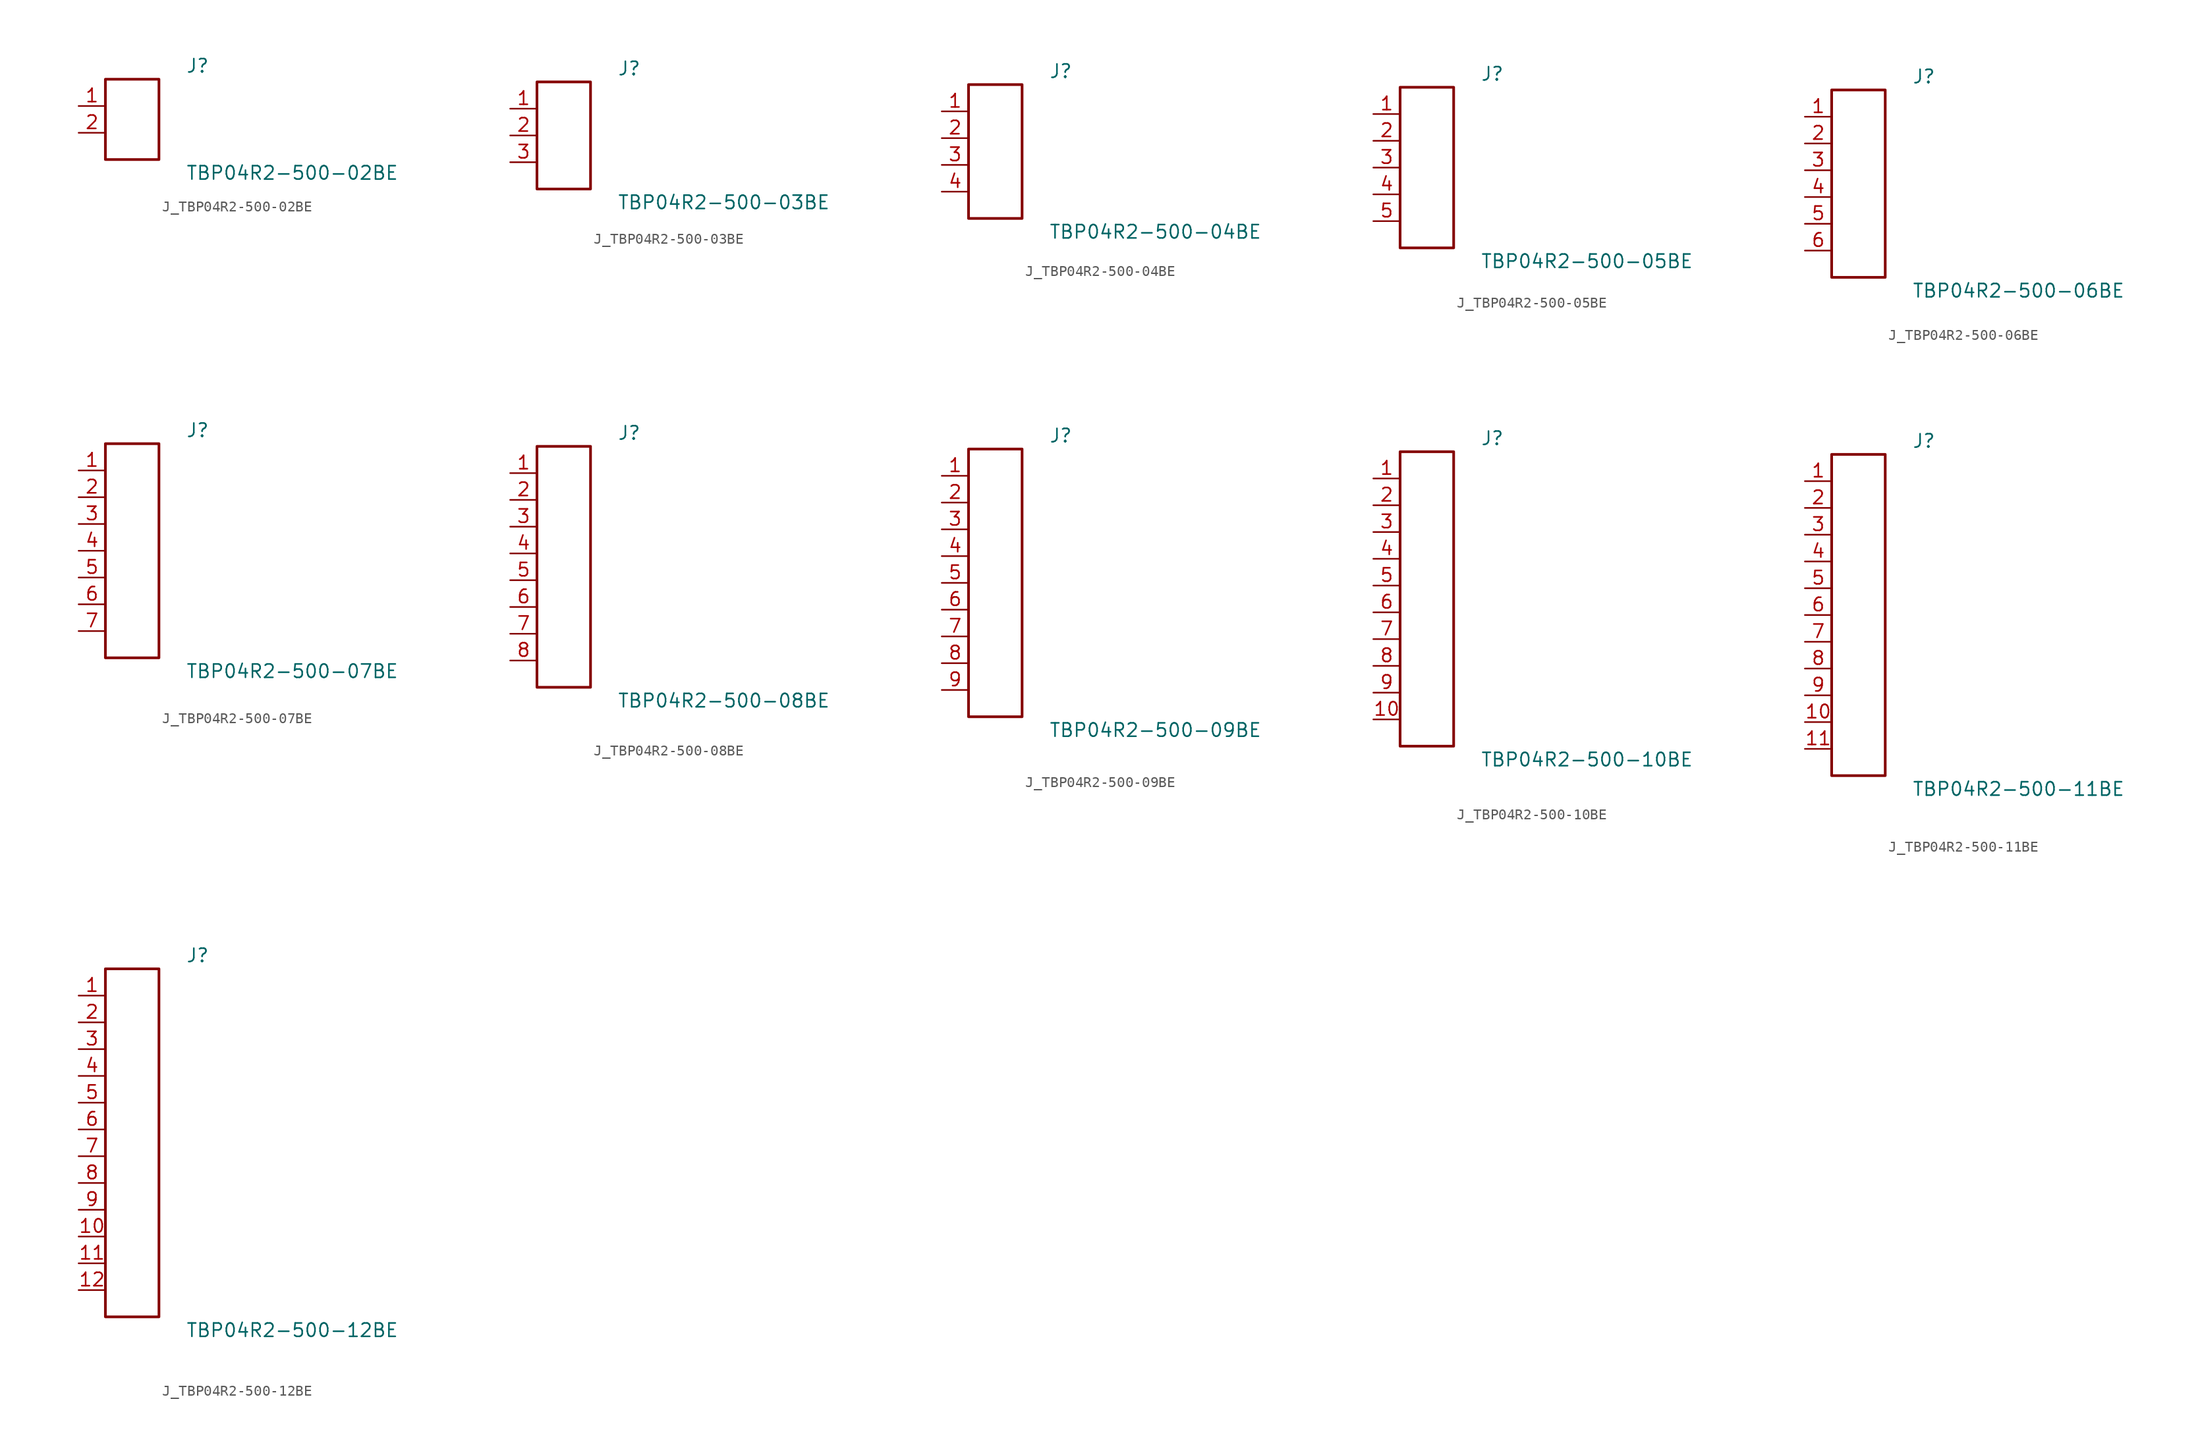
<source format=kicad_sym>
(kicad_symbol_lib
  (version 20231120)
  (generator kicad_symbol_editor)
  (generator_version 8.0)
  (symbol "J_TBP04R2-500-02BE"
    (pin_names
      (offset 0.254))
    (property "Reference" "J"
      (at 5.08 5.08 0)
      (effects (font (size 1.27 1.27)) (justify left)))
    (property "Value" "TBP04R2-500-02BE"
      (at 5.08 -5.08 0)
      (effects (font (size 1.27 1.27)) (justify left)))
    (symbol "J_TBP04R2-500-02BE_0_0"
      (pin unspecified line (at -5.08 1.27 0) (length 2.54) (name "" (effects (font (size 1.27 1.27)))) (number "1" (effects (font (size 1.27 1.27)))))
      (pin unspecified line (at -5.08 -1.27 0) (length 2.54) (name "" (effects (font (size 1.27 1.27)))) (number "2" (effects (font (size 1.27 1.27))))))
    (symbol "J_TBP04R2-500-02BE_1_0"
      (rectangle (start -2.54 3.81) (end 2.54 -3.81) (stroke (width 0.254) (type solid)) (fill (type none)))))
  (symbol "J_TBP04R2-500-03BE"
    (pin_names
      (offset 0.254))
    (property "Reference" "J"
      (at 5.08 6.35 0)
      (effects (font (size 1.27 1.27)) (justify left)))
    (property "Value" "TBP04R2-500-03BE"
      (at 5.08 -6.35 0)
      (effects (font (size 1.27 1.27)) (justify left)))
    (symbol "J_TBP04R2-500-03BE_0_0"
      (pin unspecified line (at -5.08 2.54 0) (length 2.54) (name "" (effects (font (size 1.27 1.27)))) (number "1" (effects (font (size 1.27 1.27)))))
      (pin unspecified line (at -5.08 0.0 0) (length 2.54) (name "" (effects (font (size 1.27 1.27)))) (number "2" (effects (font (size 1.27 1.27)))))
      (pin unspecified line (at -5.08 -2.54 0) (length 2.54) (name "" (effects (font (size 1.27 1.27)))) (number "3" (effects (font (size 1.27 1.27))))))
    (symbol "J_TBP04R2-500-03BE_1_0"
      (rectangle (start -2.54 5.08) (end 2.54 -5.08) (stroke (width 0.254) (type solid)) (fill (type none)))))
  (symbol "J_TBP04R2-500-04BE"
    (pin_names
      (offset 0.254))
    (property "Reference" "J"
      (at 5.08 7.62 0)
      (effects (font (size 1.27 1.27)) (justify left)))
    (property "Value" "TBP04R2-500-04BE"
      (at 5.08 -7.62 0)
      (effects (font (size 1.27 1.27)) (justify left)))
    (symbol "J_TBP04R2-500-04BE_0_0"
      (pin unspecified line (at -5.08 3.81 0) (length 2.54) (name "" (effects (font (size 1.27 1.27)))) (number "1" (effects (font (size 1.27 1.27)))))
      (pin unspecified line (at -5.08 1.27 0) (length 2.54) (name "" (effects (font (size 1.27 1.27)))) (number "2" (effects (font (size 1.27 1.27)))))
      (pin unspecified line (at -5.08 -1.27 0) (length 2.54) (name "" (effects (font (size 1.27 1.27)))) (number "3" (effects (font (size 1.27 1.27)))))
      (pin unspecified line (at -5.08 -3.81 0) (length 2.54) (name "" (effects (font (size 1.27 1.27)))) (number "4" (effects (font (size 1.27 1.27))))))
    (symbol "J_TBP04R2-500-04BE_1_0"
      (rectangle (start -2.54 6.35) (end 2.54 -6.35) (stroke (width 0.254) (type solid)) (fill (type none)))))
  (symbol "J_TBP04R2-500-05BE"
    (pin_names
      (offset 0.254))
    (property "Reference" "J"
      (at 5.08 8.89 0)
      (effects (font (size 1.27 1.27)) (justify left)))
    (property "Value" "TBP04R2-500-05BE"
      (at 5.08 -8.89 0)
      (effects (font (size 1.27 1.27)) (justify left)))
    (symbol "J_TBP04R2-500-05BE_0_0"
      (pin unspecified line (at -5.08 5.08 0) (length 2.54) (name "" (effects (font (size 1.27 1.27)))) (number "1" (effects (font (size 1.27 1.27)))))
      (pin unspecified line (at -5.08 2.54 0) (length 2.54) (name "" (effects (font (size 1.27 1.27)))) (number "2" (effects (font (size 1.27 1.27)))))
      (pin unspecified line (at -5.08 0.0 0) (length 2.54) (name "" (effects (font (size 1.27 1.27)))) (number "3" (effects (font (size 1.27 1.27)))))
      (pin unspecified line (at -5.08 -2.54 0) (length 2.54) (name "" (effects (font (size 1.27 1.27)))) (number "4" (effects (font (size 1.27 1.27)))))
      (pin unspecified line (at -5.08 -5.08 0) (length 2.54) (name "" (effects (font (size 1.27 1.27)))) (number "5" (effects (font (size 1.27 1.27))))))
    (symbol "J_TBP04R2-500-05BE_1_0"
      (rectangle (start -2.54 7.62) (end 2.54 -7.62) (stroke (width 0.254) (type solid)) (fill (type none)))))
  (symbol "J_TBP04R2-500-06BE"
    (pin_names
      (offset 0.254))
    (property "Reference" "J"
      (at 5.08 10.16 0)
      (effects (font (size 1.27 1.27)) (justify left)))
    (property "Value" "TBP04R2-500-06BE"
      (at 5.08 -10.16 0)
      (effects (font (size 1.27 1.27)) (justify left)))
    (symbol "J_TBP04R2-500-06BE_0_0"
      (pin unspecified line (at -5.08 6.35 0) (length 2.54) (name "" (effects (font (size 1.27 1.27)))) (number "1" (effects (font (size 1.27 1.27)))))
      (pin unspecified line (at -5.08 3.81 0) (length 2.54) (name "" (effects (font (size 1.27 1.27)))) (number "2" (effects (font (size 1.27 1.27)))))
      (pin unspecified line (at -5.08 1.27 0) (length 2.54) (name "" (effects (font (size 1.27 1.27)))) (number "3" (effects (font (size 1.27 1.27)))))
      (pin unspecified line (at -5.08 -1.27 0) (length 2.54) (name "" (effects (font (size 1.27 1.27)))) (number "4" (effects (font (size 1.27 1.27)))))
      (pin unspecified line (at -5.08 -3.81 0) (length 2.54) (name "" (effects (font (size 1.27 1.27)))) (number "5" (effects (font (size 1.27 1.27)))))
      (pin unspecified line (at -5.08 -6.35 0) (length 2.54) (name "" (effects (font (size 1.27 1.27)))) (number "6" (effects (font (size 1.27 1.27))))))
    (symbol "J_TBP04R2-500-06BE_1_0"
      (rectangle (start -2.54 8.89) (end 2.54 -8.89) (stroke (width 0.254) (type solid)) (fill (type none)))))
  (symbol "J_TBP04R2-500-07BE"
    (pin_names
      (offset 0.254))
    (property "Reference" "J"
      (at 5.08 11.43 0)
      (effects (font (size 1.27 1.27)) (justify left)))
    (property "Value" "TBP04R2-500-07BE"
      (at 5.08 -11.43 0)
      (effects (font (size 1.27 1.27)) (justify left)))
    (symbol "J_TBP04R2-500-07BE_0_0"
      (pin unspecified line (at -5.08 7.62 0) (length 2.54) (name "" (effects (font (size 1.27 1.27)))) (number "1" (effects (font (size 1.27 1.27)))))
      (pin unspecified line (at -5.08 5.08 0) (length 2.54) (name "" (effects (font (size 1.27 1.27)))) (number "2" (effects (font (size 1.27 1.27)))))
      (pin unspecified line (at -5.08 2.54 0) (length 2.54) (name "" (effects (font (size 1.27 1.27)))) (number "3" (effects (font (size 1.27 1.27)))))
      (pin unspecified line (at -5.08 0.0 0) (length 2.54) (name "" (effects (font (size 1.27 1.27)))) (number "4" (effects (font (size 1.27 1.27)))))
      (pin unspecified line (at -5.08 -2.54 0) (length 2.54) (name "" (effects (font (size 1.27 1.27)))) (number "5" (effects (font (size 1.27 1.27)))))
      (pin unspecified line (at -5.08 -5.08 0) (length 2.54) (name "" (effects (font (size 1.27 1.27)))) (number "6" (effects (font (size 1.27 1.27)))))
      (pin unspecified line (at -5.08 -7.62 0) (length 2.54) (name "" (effects (font (size 1.27 1.27)))) (number "7" (effects (font (size 1.27 1.27))))))
    (symbol "J_TBP04R2-500-07BE_1_0"
      (rectangle (start -2.54 10.16) (end 2.54 -10.16) (stroke (width 0.254) (type solid)) (fill (type none)))))
  (symbol "J_TBP04R2-500-08BE"
    (pin_names
      (offset 0.254))
    (property "Reference" "J"
      (at 5.08 12.7 0)
      (effects (font (size 1.27 1.27)) (justify left)))
    (property "Value" "TBP04R2-500-08BE"
      (at 5.08 -12.7 0)
      (effects (font (size 1.27 1.27)) (justify left)))
    (symbol "J_TBP04R2-500-08BE_0_0"
      (pin unspecified line (at -5.08 8.89 0) (length 2.54) (name "" (effects (font (size 1.27 1.27)))) (number "1" (effects (font (size 1.27 1.27)))))
      (pin unspecified line (at -5.08 6.35 0) (length 2.54) (name "" (effects (font (size 1.27 1.27)))) (number "2" (effects (font (size 1.27 1.27)))))
      (pin unspecified line (at -5.08 3.81 0) (length 2.54) (name "" (effects (font (size 1.27 1.27)))) (number "3" (effects (font (size 1.27 1.27)))))
      (pin unspecified line (at -5.08 1.27 0) (length 2.54) (name "" (effects (font (size 1.27 1.27)))) (number "4" (effects (font (size 1.27 1.27)))))
      (pin unspecified line (at -5.08 -1.27 0) (length 2.54) (name "" (effects (font (size 1.27 1.27)))) (number "5" (effects (font (size 1.27 1.27)))))
      (pin unspecified line (at -5.08 -3.81 0) (length 2.54) (name "" (effects (font (size 1.27 1.27)))) (number "6" (effects (font (size 1.27 1.27)))))
      (pin unspecified line (at -5.08 -6.35 0) (length 2.54) (name "" (effects (font (size 1.27 1.27)))) (number "7" (effects (font (size 1.27 1.27)))))
      (pin unspecified line (at -5.08 -8.89 0) (length 2.54) (name "" (effects (font (size 1.27 1.27)))) (number "8" (effects (font (size 1.27 1.27))))))
    (symbol "J_TBP04R2-500-08BE_1_0"
      (rectangle (start -2.54 11.43) (end 2.54 -11.43) (stroke (width 0.254) (type solid)) (fill (type none)))))
  (symbol "J_TBP04R2-500-09BE"
    (pin_names
      (offset 0.254))
    (property "Reference" "J"
      (at 5.08 13.97 0)
      (effects (font (size 1.27 1.27)) (justify left)))
    (property "Value" "TBP04R2-500-09BE"
      (at 5.08 -13.97 0)
      (effects (font (size 1.27 1.27)) (justify left)))
    (symbol "J_TBP04R2-500-09BE_0_0"
      (pin unspecified line (at -5.08 10.16 0) (length 2.54) (name "" (effects (font (size 1.27 1.27)))) (number "1" (effects (font (size 1.27 1.27)))))
      (pin unspecified line (at -5.08 7.62 0) (length 2.54) (name "" (effects (font (size 1.27 1.27)))) (number "2" (effects (font (size 1.27 1.27)))))
      (pin unspecified line (at -5.08 5.08 0) (length 2.54) (name "" (effects (font (size 1.27 1.27)))) (number "3" (effects (font (size 1.27 1.27)))))
      (pin unspecified line (at -5.08 2.54 0) (length 2.54) (name "" (effects (font (size 1.27 1.27)))) (number "4" (effects (font (size 1.27 1.27)))))
      (pin unspecified line (at -5.08 0.0 0) (length 2.54) (name "" (effects (font (size 1.27 1.27)))) (number "5" (effects (font (size 1.27 1.27)))))
      (pin unspecified line (at -5.08 -2.54 0) (length 2.54) (name "" (effects (font (size 1.27 1.27)))) (number "6" (effects (font (size 1.27 1.27)))))
      (pin unspecified line (at -5.08 -5.08 0) (length 2.54) (name "" (effects (font (size 1.27 1.27)))) (number "7" (effects (font (size 1.27 1.27)))))
      (pin unspecified line (at -5.08 -7.62 0) (length 2.54) (name "" (effects (font (size 1.27 1.27)))) (number "8" (effects (font (size 1.27 1.27)))))
      (pin unspecified line (at -5.08 -10.16 0) (length 2.54) (name "" (effects (font (size 1.27 1.27)))) (number "9" (effects (font (size 1.27 1.27))))))
    (symbol "J_TBP04R2-500-09BE_1_0"
      (rectangle (start -2.54 12.7) (end 2.54 -12.7) (stroke (width 0.254) (type solid)) (fill (type none)))))
  (symbol "J_TBP04R2-500-10BE"
    (pin_names
      (offset 0.254))
    (property "Reference" "J"
      (at 5.08 15.24 0)
      (effects (font (size 1.27 1.27)) (justify left)))
    (property "Value" "TBP04R2-500-10BE"
      (at 5.08 -15.24 0)
      (effects (font (size 1.27 1.27)) (justify left)))
    (symbol "J_TBP04R2-500-10BE_0_0"
      (pin unspecified line (at -5.08 11.43 0) (length 2.54) (name "" (effects (font (size 1.27 1.27)))) (number "1" (effects (font (size 1.27 1.27)))))
      (pin unspecified line (at -5.08 8.89 0) (length 2.54) (name "" (effects (font (size 1.27 1.27)))) (number "2" (effects (font (size 1.27 1.27)))))
      (pin unspecified line (at -5.08 6.35 0) (length 2.54) (name "" (effects (font (size 1.27 1.27)))) (number "3" (effects (font (size 1.27 1.27)))))
      (pin unspecified line (at -5.08 3.81 0) (length 2.54) (name "" (effects (font (size 1.27 1.27)))) (number "4" (effects (font (size 1.27 1.27)))))
      (pin unspecified line (at -5.08 1.27 0) (length 2.54) (name "" (effects (font (size 1.27 1.27)))) (number "5" (effects (font (size 1.27 1.27)))))
      (pin unspecified line (at -5.08 -1.27 0) (length 2.54) (name "" (effects (font (size 1.27 1.27)))) (number "6" (effects (font (size 1.27 1.27)))))
      (pin unspecified line (at -5.08 -3.81 0) (length 2.54) (name "" (effects (font (size 1.27 1.27)))) (number "7" (effects (font (size 1.27 1.27)))))
      (pin unspecified line (at -5.08 -6.35 0) (length 2.54) (name "" (effects (font (size 1.27 1.27)))) (number "8" (effects (font (size 1.27 1.27)))))
      (pin unspecified line (at -5.08 -8.89 0) (length 2.54) (name "" (effects (font (size 1.27 1.27)))) (number "9" (effects (font (size 1.27 1.27)))))
      (pin unspecified line (at -5.08 -11.43 0) (length 2.54) (name "" (effects (font (size 1.27 1.27)))) (number "10" (effects (font (size 1.27 1.27))))))
    (symbol "J_TBP04R2-500-10BE_1_0"
      (rectangle (start -2.54 13.97) (end 2.54 -13.97) (stroke (width 0.254) (type solid)) (fill (type none)))))
  (symbol "J_TBP04R2-500-11BE"
    (pin_names
      (offset 0.254))
    (property "Reference" "J"
      (at 5.08 16.51 0)
      (effects (font (size 1.27 1.27)) (justify left)))
    (property "Value" "TBP04R2-500-11BE"
      (at 5.08 -16.51 0)
      (effects (font (size 1.27 1.27)) (justify left)))
    (symbol "J_TBP04R2-500-11BE_0_0"
      (pin unspecified line (at -5.08 12.7 0) (length 2.54) (name "" (effects (font (size 1.27 1.27)))) (number "1" (effects (font (size 1.27 1.27)))))
      (pin unspecified line (at -5.08 10.16 0) (length 2.54) (name "" (effects (font (size 1.27 1.27)))) (number "2" (effects (font (size 1.27 1.27)))))
      (pin unspecified line (at -5.08 7.62 0) (length 2.54) (name "" (effects (font (size 1.27 1.27)))) (number "3" (effects (font (size 1.27 1.27)))))
      (pin unspecified line (at -5.08 5.08 0) (length 2.54) (name "" (effects (font (size 1.27 1.27)))) (number "4" (effects (font (size 1.27 1.27)))))
      (pin unspecified line (at -5.08 2.54 0) (length 2.54) (name "" (effects (font (size 1.27 1.27)))) (number "5" (effects (font (size 1.27 1.27)))))
      (pin unspecified line (at -5.08 0.0 0) (length 2.54) (name "" (effects (font (size 1.27 1.27)))) (number "6" (effects (font (size 1.27 1.27)))))
      (pin unspecified line (at -5.08 -2.54 0) (length 2.54) (name "" (effects (font (size 1.27 1.27)))) (number "7" (effects (font (size 1.27 1.27)))))
      (pin unspecified line (at -5.08 -5.08 0) (length 2.54) (name "" (effects (font (size 1.27 1.27)))) (number "8" (effects (font (size 1.27 1.27)))))
      (pin unspecified line (at -5.08 -7.62 0) (length 2.54) (name "" (effects (font (size 1.27 1.27)))) (number "9" (effects (font (size 1.27 1.27)))))
      (pin unspecified line (at -5.08 -10.16 0) (length 2.54) (name "" (effects (font (size 1.27 1.27)))) (number "10" (effects (font (size 1.27 1.27)))))
      (pin unspecified line (at -5.08 -12.7 0) (length 2.54) (name "" (effects (font (size 1.27 1.27)))) (number "11" (effects (font (size 1.27 1.27))))))
    (symbol "J_TBP04R2-500-11BE_1_0"
      (rectangle (start -2.54 15.24) (end 2.54 -15.24) (stroke (width 0.254) (type solid)) (fill (type none)))))
  (symbol "J_TBP04R2-500-12BE"
    (pin_names
      (offset 0.254))
    (property "Reference" "J"
      (at 5.08 17.78 0)
      (effects (font (size 1.27 1.27)) (justify left)))
    (property "Value" "TBP04R2-500-12BE"
      (at 5.08 -17.78 0)
      (effects (font (size 1.27 1.27)) (justify left)))
    (symbol "J_TBP04R2-500-12BE_0_0"
      (pin unspecified line (at -5.08 13.97 0) (length 2.54) (name "" (effects (font (size 1.27 1.27)))) (number "1" (effects (font (size 1.27 1.27)))))
      (pin unspecified line (at -5.08 11.43 0) (length 2.54) (name "" (effects (font (size 1.27 1.27)))) (number "2" (effects (font (size 1.27 1.27)))))
      (pin unspecified line (at -5.08 8.89 0) (length 2.54) (name "" (effects (font (size 1.27 1.27)))) (number "3" (effects (font (size 1.27 1.27)))))
      (pin unspecified line (at -5.08 6.35 0) (length 2.54) (name "" (effects (font (size 1.27 1.27)))) (number "4" (effects (font (size 1.27 1.27)))))
      (pin unspecified line (at -5.08 3.81 0) (length 2.54) (name "" (effects (font (size 1.27 1.27)))) (number "5" (effects (font (size 1.27 1.27)))))
      (pin unspecified line (at -5.08 1.27 0) (length 2.54) (name "" (effects (font (size 1.27 1.27)))) (number "6" (effects (font (size 1.27 1.27)))))
      (pin unspecified line (at -5.08 -1.27 0) (length 2.54) (name "" (effects (font (size 1.27 1.27)))) (number "7" (effects (font (size 1.27 1.27)))))
      (pin unspecified line (at -5.08 -3.81 0) (length 2.54) (name "" (effects (font (size 1.27 1.27)))) (number "8" (effects (font (size 1.27 1.27)))))
      (pin unspecified line (at -5.08 -6.35 0) (length 2.54) (name "" (effects (font (size 1.27 1.27)))) (number "9" (effects (font (size 1.27 1.27)))))
      (pin unspecified line (at -5.08 -8.89 0) (length 2.54) (name "" (effects (font (size 1.27 1.27)))) (number "10" (effects (font (size 1.27 1.27)))))
      (pin unspecified line (at -5.08 -11.43 0) (length 2.54) (name "" (effects (font (size 1.27 1.27)))) (number "11" (effects (font (size 1.27 1.27)))))
      (pin unspecified line (at -5.08 -13.97 0) (length 2.54) (name "" (effects (font (size 1.27 1.27)))) (number "12" (effects (font (size 1.27 1.27))))))
    (symbol "J_TBP04R2-500-12BE_1_0"
      (rectangle (start -2.54 16.51) (end 2.54 -16.51) (stroke (width 0.254) (type solid)) (fill (type none))))))
</source>
